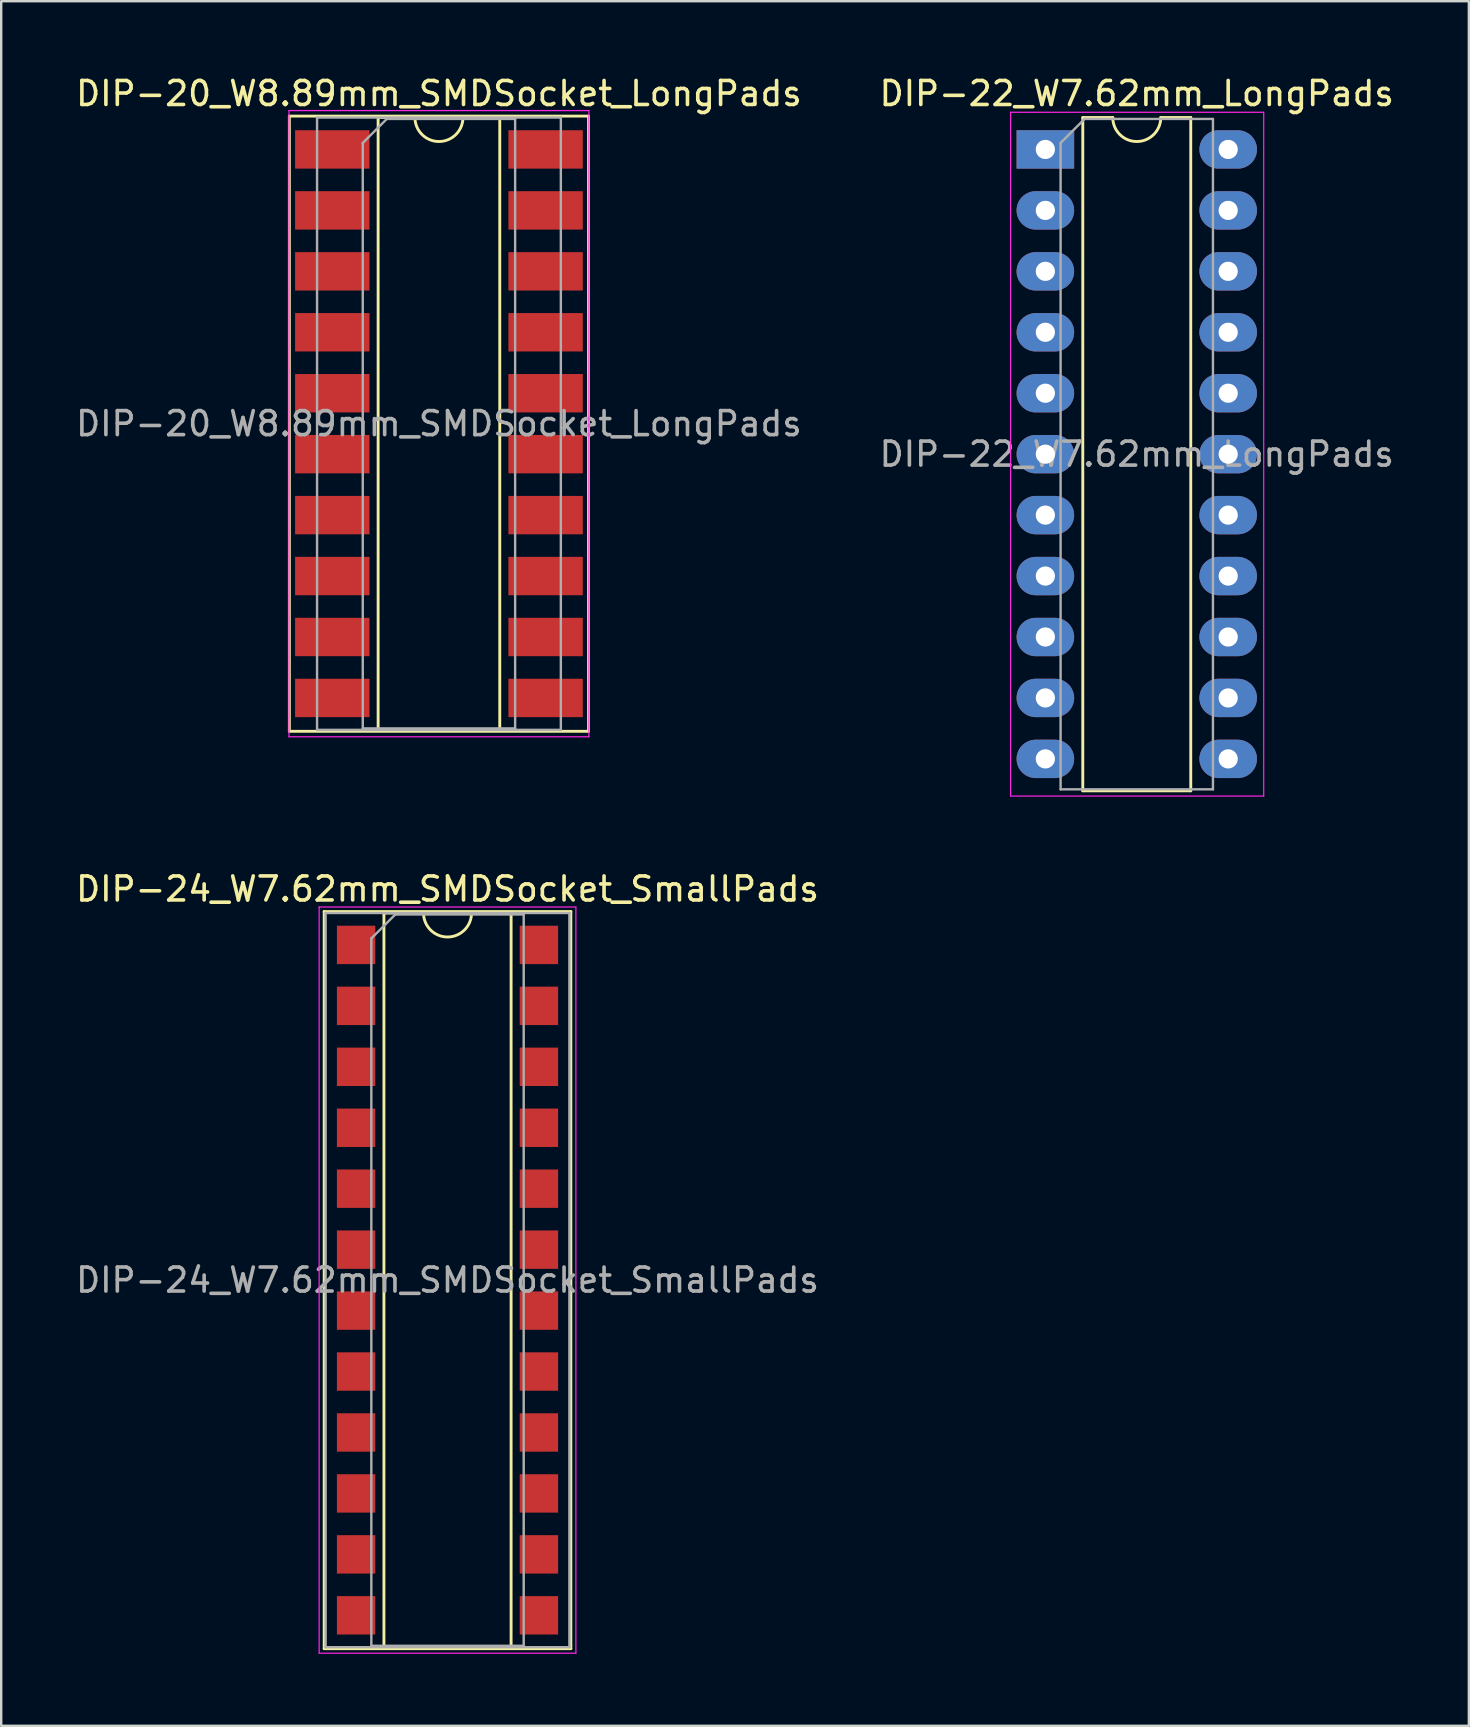
<source format=kicad_pcb>
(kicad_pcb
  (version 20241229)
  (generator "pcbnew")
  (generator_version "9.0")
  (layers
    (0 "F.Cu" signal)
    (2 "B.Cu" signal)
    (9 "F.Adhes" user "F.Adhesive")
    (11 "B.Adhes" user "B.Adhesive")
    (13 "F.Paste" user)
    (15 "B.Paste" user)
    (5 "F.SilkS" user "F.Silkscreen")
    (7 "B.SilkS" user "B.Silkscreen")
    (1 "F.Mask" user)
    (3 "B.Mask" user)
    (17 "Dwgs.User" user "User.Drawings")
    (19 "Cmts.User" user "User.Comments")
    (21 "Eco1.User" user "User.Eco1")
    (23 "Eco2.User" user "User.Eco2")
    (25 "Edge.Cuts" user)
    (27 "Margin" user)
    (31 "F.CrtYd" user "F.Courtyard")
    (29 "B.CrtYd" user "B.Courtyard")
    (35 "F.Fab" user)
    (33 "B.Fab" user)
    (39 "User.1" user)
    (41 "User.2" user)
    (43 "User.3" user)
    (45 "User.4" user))
  (footprint "DIP-24_W7.62mm_SMDSocket_SmallPads"
    (layer "F.Cu")
    (at 15.601 50.301)
    (property "Reference" "DIP-24_W7.62mm_SMDSocket_SmallPads" (at 0 -16.3 0) (layer "F.SilkS") (effects (font (size 1 1) (thickness 0.15))))
    (attr smd)
    (fp_line (start -5.14 -15.36) (end -5.14 15.36) (stroke (width 0.12) (type solid)) (layer "F.SilkS"))
    (fp_line (start -5.14 15.36) (end 5.14 15.36) (stroke (width 0.12) (type solid)) (layer "F.SilkS"))
    (fp_line (start -2.65 -15.3) (end -2.65 15.3) (stroke (width 0.12) (type solid)) (layer "F.SilkS"))
    (fp_line (start -2.65 15.3) (end 2.65 15.3) (stroke (width 0.12) (type solid)) (layer "F.SilkS"))
    (fp_line (start -1 -15.3) (end -2.65 -15.3) (stroke (width 0.12) (type solid)) (layer "F.SilkS"))
    (fp_line (start 2.65 -15.3) (end 1 -15.3) (stroke (width 0.12) (type solid)) (layer "F.SilkS"))
    (fp_line (start 2.65 15.3) (end 2.65 -15.3) (stroke (width 0.12) (type solid)) (layer "F.SilkS"))
    (fp_line (start 5.14 -15.36) (end -5.14 -15.36) (stroke (width 0.12) (type solid)) (layer "F.SilkS"))
    (fp_line (start 5.14 15.36) (end 5.14 -15.36) (stroke (width 0.12) (type solid)) (layer "F.SilkS"))
    (fp_arc (start 1 -15.3) (mid 0 -14.3) (end -1 -15.3) (stroke (width 0.12) (type solid)) (layer "F.SilkS"))
    (fp_line (start -5.35 -15.55) (end -5.35 15.55) (stroke (width 0.05) (type solid)) (layer "F.CrtYd"))
    (fp_line (start -5.35 15.55) (end 5.35 15.55) (stroke (width 0.05) (type solid)) (layer "F.CrtYd"))
    (fp_line (start 5.35 -15.55) (end -5.35 -15.55) (stroke (width 0.05) (type solid)) (layer "F.CrtYd"))
    (fp_line (start 5.35 15.55) (end 5.35 -15.55) (stroke (width 0.05) (type solid)) (layer "F.CrtYd"))
    (fp_line (start -5.08 -15.3) (end -5.08 15.3) (stroke (width 0.1) (type solid)) (layer "F.Fab"))
    (fp_line (start -5.08 15.3) (end 5.08 15.3) (stroke (width 0.1) (type solid)) (layer "F.Fab"))
    (fp_line (start -3.175 -14.24) (end -2.175 -15.24) (stroke (width 0.1) (type solid)) (layer "F.Fab"))
    (fp_line (start -3.175 15.24) (end -3.175 -14.24) (stroke (width 0.1) (type solid)) (layer "F.Fab"))
    (fp_line (start -2.175 -15.24) (end 3.175 -15.24) (stroke (width 0.1) (type solid)) (layer "F.Fab"))
    (fp_line (start 3.175 -15.24) (end 3.175 15.24) (stroke (width 0.1) (type solid)) (layer "F.Fab"))
    (fp_line (start 3.175 15.24) (end -3.175 15.24) (stroke (width 0.1) (type solid)) (layer "F.Fab"))
    (fp_line (start 5.08 -15.3) (end -5.08 -15.3) (stroke (width 0.1) (type solid)) (layer "F.Fab"))
    (fp_line (start 5.08 15.3) (end 5.08 -15.3) (stroke (width 0.1) (type solid)) (layer "F.Fab"))
    (fp_text user "${REFERENCE}" (at 0 0 0) (layer "F.Fab") (effects (font (size 1 1) (thickness 0.15))))
    (pad "1" smd rect (at -3.81 -13.97) (size 1.6 1.6) (layers "F.Cu" "F.Mask" "F.Paste"))
    (pad "2" smd rect (at -3.81 -11.43) (size 1.6 1.6) (layers "F.Cu" "F.Mask" "F.Paste"))
    (pad "3" smd rect (at -3.81 -8.89) (size 1.6 1.6) (layers "F.Cu" "F.Mask" "F.Paste"))
    (pad "4" smd rect (at -3.81 -6.35) (size 1.6 1.6) (layers "F.Cu" "F.Mask" "F.Paste"))
    (pad "5" smd rect (at -3.81 -3.81) (size 1.6 1.6) (layers "F.Cu" "F.Mask" "F.Paste"))
    (pad "6" smd rect (at -3.81 -1.27) (size 1.6 1.6) (layers "F.Cu" "F.Mask" "F.Paste"))
    (pad "7" smd rect (at -3.81 1.27) (size 1.6 1.6) (layers "F.Cu" "F.Mask" "F.Paste"))
    (pad "8" smd rect (at -3.81 3.81) (size 1.6 1.6) (layers "F.Cu" "F.Mask" "F.Paste"))
    (pad "9" smd rect (at -3.81 6.35) (size 1.6 1.6) (layers "F.Cu" "F.Mask" "F.Paste"))
    (pad "10" smd rect (at -3.81 8.89) (size 1.6 1.6) (layers "F.Cu" "F.Mask" "F.Paste"))
    (pad "11" smd rect (at -3.81 11.43) (size 1.6 1.6) (layers "F.Cu" "F.Mask" "F.Paste"))
    (pad "12" smd rect (at -3.81 13.97) (size 1.6 1.6) (layers "F.Cu" "F.Mask" "F.Paste"))
    (pad "13" smd rect (at 3.81 13.97) (size 1.6 1.6) (layers "F.Cu" "F.Mask" "F.Paste"))
    (pad "14" smd rect (at 3.81 11.43) (size 1.6 1.6) (layers "F.Cu" "F.Mask" "F.Paste"))
    (pad "15" smd rect (at 3.81 8.89) (size 1.6 1.6) (layers "F.Cu" "F.Mask" "F.Paste"))
    (pad "16" smd rect (at 3.81 6.35) (size 1.6 1.6) (layers "F.Cu" "F.Mask" "F.Paste"))
    (pad "17" smd rect (at 3.81 3.81) (size 1.6 1.6) (layers "F.Cu" "F.Mask" "F.Paste"))
    (pad "18" smd rect (at 3.81 1.27) (size 1.6 1.6) (layers "F.Cu" "F.Mask" "F.Paste"))
    (pad "19" smd rect (at 3.81 -1.27) (size 1.6 1.6) (layers "F.Cu" "F.Mask" "F.Paste"))
    (pad "20" smd rect (at 3.81 -3.81) (size 1.6 1.6) (layers "F.Cu" "F.Mask" "F.Paste"))
    (pad "21" smd rect (at 3.81 -6.35) (size 1.6 1.6) (layers "F.Cu" "F.Mask" "F.Paste"))
    (pad "22" smd rect (at 3.81 -8.89) (size 1.6 1.6) (layers "F.Cu" "F.Mask" "F.Paste"))
    (pad "23" smd rect (at 3.81 -11.43) (size 1.6 1.6) (layers "F.Cu" "F.Mask" "F.Paste"))
    (pad "24" smd rect (at 3.81 -13.97) (size 1.6 1.6) (layers "F.Cu" "F.Mask" "F.Paste")))
  (footprint "DIP-20_W8.89mm_SMDSocket_LongPads"
    (layer "F.Cu")
    (at 15.244 14.608)
    (property "Reference" "DIP-20_W8.89mm_SMDSocket_LongPads" (at 0 -13.76 0) (layer "F.SilkS") (effects (font (size 1 1) (thickness 0.15))))
    (attr smd)
    (fp_line (start -6.235 -12.82) (end -6.235 12.82) (stroke (width 0.12) (type solid)) (layer "F.SilkS"))
    (fp_line (start -6.235 12.82) (end 6.235 12.82) (stroke (width 0.12) (type solid)) (layer "F.SilkS"))
    (fp_line (start -2.535 -12.76) (end -2.535 12.76) (stroke (width 0.12) (type solid)) (layer "F.SilkS"))
    (fp_line (start -2.535 12.76) (end 2.535 12.76) (stroke (width 0.12) (type solid)) (layer "F.SilkS"))
    (fp_line (start -1 -12.76) (end -2.535 -12.76) (stroke (width 0.12) (type solid)) (layer "F.SilkS"))
    (fp_line (start 2.535 -12.76) (end 1 -12.76) (stroke (width 0.12) (type solid)) (layer "F.SilkS"))
    (fp_line (start 2.535 12.76) (end 2.535 -12.76) (stroke (width 0.12) (type solid)) (layer "F.SilkS"))
    (fp_line (start 6.235 -12.82) (end -6.235 -12.82) (stroke (width 0.12) (type solid)) (layer "F.SilkS"))
    (fp_line (start 6.235 12.82) (end 6.235 -12.82) (stroke (width 0.12) (type solid)) (layer "F.SilkS"))
    (fp_arc (start 1 -12.76) (mid 0 -11.76) (end -1 -12.76) (stroke (width 0.12) (type solid)) (layer "F.SilkS"))
    (fp_line (start -6.25 -13.05) (end -6.25 13.05) (stroke (width 0.05) (type solid)) (layer "F.CrtYd"))
    (fp_line (start -6.25 13.05) (end 6.25 13.05) (stroke (width 0.05) (type solid)) (layer "F.CrtYd"))
    (fp_line (start 6.25 -13.05) (end -6.25 -13.05) (stroke (width 0.05) (type solid)) (layer "F.CrtYd"))
    (fp_line (start 6.25 13.05) (end 6.25 -13.05) (stroke (width 0.05) (type solid)) (layer "F.CrtYd"))
    (fp_line (start -5.08 -12.76) (end -5.08 12.76) (stroke (width 0.1) (type solid)) (layer "F.Fab"))
    (fp_line (start -5.08 12.76) (end 5.08 12.76) (stroke (width 0.1) (type solid)) (layer "F.Fab"))
    (fp_line (start -3.175 -11.7) (end -2.175 -12.7) (stroke (width 0.1) (type solid)) (layer "F.Fab"))
    (fp_line (start -3.175 12.7) (end -3.175 -11.7) (stroke (width 0.1) (type solid)) (layer "F.Fab"))
    (fp_line (start -2.175 -12.7) (end 3.175 -12.7) (stroke (width 0.1) (type solid)) (layer "F.Fab"))
    (fp_line (start 3.175 -12.7) (end 3.175 12.7) (stroke (width 0.1) (type solid)) (layer "F.Fab"))
    (fp_line (start 3.175 12.7) (end -3.175 12.7) (stroke (width 0.1) (type solid)) (layer "F.Fab"))
    (fp_line (start 5.08 -12.76) (end -5.08 -12.76) (stroke (width 0.1) (type solid)) (layer "F.Fab"))
    (fp_line (start 5.08 12.76) (end 5.08 -12.76) (stroke (width 0.1) (type solid)) (layer "F.Fab"))
    (fp_text user "${REFERENCE}" (at 0 0 0) (layer "F.Fab") (effects (font (size 1 1) (thickness 0.15))))
    (pad "1" smd rect (at -4.445 -11.43) (size 3.1 1.6) (layers "F.Cu" "F.Mask" "F.Paste"))
    (pad "2" smd rect (at -4.445 -8.89) (size 3.1 1.6) (layers "F.Cu" "F.Mask" "F.Paste"))
    (pad "3" smd rect (at -4.445 -6.35) (size 3.1 1.6) (layers "F.Cu" "F.Mask" "F.Paste"))
    (pad "4" smd rect (at -4.445 -3.81) (size 3.1 1.6) (layers "F.Cu" "F.Mask" "F.Paste"))
    (pad "5" smd rect (at -4.445 -1.27) (size 3.1 1.6) (layers "F.Cu" "F.Mask" "F.Paste"))
    (pad "6" smd rect (at -4.445 1.27) (size 3.1 1.6) (layers "F.Cu" "F.Mask" "F.Paste"))
    (pad "7" smd rect (at -4.445 3.81) (size 3.1 1.6) (layers "F.Cu" "F.Mask" "F.Paste"))
    (pad "8" smd rect (at -4.445 6.35) (size 3.1 1.6) (layers "F.Cu" "F.Mask" "F.Paste"))
    (pad "9" smd rect (at -4.445 8.89) (size 3.1 1.6) (layers "F.Cu" "F.Mask" "F.Paste"))
    (pad "10" smd rect (at -4.445 11.43) (size 3.1 1.6) (layers "F.Cu" "F.Mask" "F.Paste"))
    (pad "11" smd rect (at 4.445 11.43) (size 3.1 1.6) (layers "F.Cu" "F.Mask" "F.Paste"))
    (pad "12" smd rect (at 4.445 8.89) (size 3.1 1.6) (layers "F.Cu" "F.Mask" "F.Paste"))
    (pad "13" smd rect (at 4.445 6.35) (size 3.1 1.6) (layers "F.Cu" "F.Mask" "F.Paste"))
    (pad "14" smd rect (at 4.445 3.81) (size 3.1 1.6) (layers "F.Cu" "F.Mask" "F.Paste"))
    (pad "15" smd rect (at 4.445 1.27) (size 3.1 1.6) (layers "F.Cu" "F.Mask" "F.Paste"))
    (pad "16" smd rect (at 4.445 -1.27) (size 3.1 1.6) (layers "F.Cu" "F.Mask" "F.Paste"))
    (pad "17" smd rect (at 4.445 -3.81) (size 3.1 1.6) (layers "F.Cu" "F.Mask" "F.Paste"))
    (pad "18" smd rect (at 4.445 -6.35) (size 3.1 1.6) (layers "F.Cu" "F.Mask" "F.Paste"))
    (pad "19" smd rect (at 4.445 -8.89) (size 3.1 1.6) (layers "F.Cu" "F.Mask" "F.Paste"))
    (pad "20" smd rect (at 4.445 -11.43) (size 3.1 1.6) (layers "F.Cu" "F.Mask" "F.Paste")))
  (footprint "DIP-22_W7.62mm_LongPads"
    (layer "F.Cu")
    (at 40.517 3.178)
    (property "Reference" "DIP-22_W7.62mm_LongPads" (at 3.81 -2.33 0) (layer "F.SilkS") (effects (font (size 1 1) (thickness 0.15))))
    (attr through_hole)
    (fp_line (start 1.56 -1.33) (end 1.56 26.73) (stroke (width 0.12) (type solid)) (layer "F.SilkS"))
    (fp_line (start 1.56 26.73) (end 6.06 26.73) (stroke (width 0.12) (type solid)) (layer "F.SilkS"))
    (fp_line (start 2.81 -1.33) (end 1.56 -1.33) (stroke (width 0.12) (type solid)) (layer "F.SilkS"))
    (fp_line (start 6.06 -1.33) (end 4.81 -1.33) (stroke (width 0.12) (type solid)) (layer "F.SilkS"))
    (fp_line (start 6.06 26.73) (end 6.06 -1.33) (stroke (width 0.12) (type solid)) (layer "F.SilkS"))
    (fp_arc (start 4.81 -1.33) (mid 3.81 -0.33) (end 2.81 -1.33) (stroke (width 0.12) (type solid)) (layer "F.SilkS"))
    (fp_line (start -1.45 -1.55) (end -1.45 26.95) (stroke (width 0.05) (type solid)) (layer "F.CrtYd"))
    (fp_line (start -1.45 26.95) (end 9.1 26.95) (stroke (width 0.05) (type solid)) (layer "F.CrtYd"))
    (fp_line (start 9.1 -1.55) (end -1.45 -1.55) (stroke (width 0.05) (type solid)) (layer "F.CrtYd"))
    (fp_line (start 9.1 26.95) (end 9.1 -1.55) (stroke (width 0.05) (type solid)) (layer "F.CrtYd"))
    (fp_line (start 0.635 -0.27) (end 1.635 -1.27) (stroke (width 0.1) (type solid)) (layer "F.Fab"))
    (fp_line (start 0.635 26.67) (end 0.635 -0.27) (stroke (width 0.1) (type solid)) (layer "F.Fab"))
    (fp_line (start 1.635 -1.27) (end 6.985 -1.27) (stroke (width 0.1) (type solid)) (layer "F.Fab"))
    (fp_line (start 6.985 -1.27) (end 6.985 26.67) (stroke (width 0.1) (type solid)) (layer "F.Fab"))
    (fp_line (start 6.985 26.67) (end 0.635 26.67) (stroke (width 0.1) (type solid)) (layer "F.Fab"))
    (fp_text user "${REFERENCE}" (at 3.81 12.7 0) (layer "F.Fab") (effects (font (size 1 1) (thickness 0.15))))
    (pad "1" thru_hole rect (at 0 0) (size 2.4 1.6) (drill 0.8) (layers "*.Cu" "*.Mask"))
    (pad "2" thru_hole oval (at 0 2.54) (size 2.4 1.6) (drill 0.8) (layers "*.Cu" "*.Mask"))
    (pad "3" thru_hole oval (at 0 5.08) (size 2.4 1.6) (drill 0.8) (layers "*.Cu" "*.Mask"))
    (pad "4" thru_hole oval (at 0 7.62) (size 2.4 1.6) (drill 0.8) (layers "*.Cu" "*.Mask"))
    (pad "5" thru_hole oval (at 0 10.16) (size 2.4 1.6) (drill 0.8) (layers "*.Cu" "*.Mask"))
    (pad "6" thru_hole oval (at 0 12.7) (size 2.4 1.6) (drill 0.8) (layers "*.Cu" "*.Mask"))
    (pad "7" thru_hole oval (at 0 15.24) (size 2.4 1.6) (drill 0.8) (layers "*.Cu" "*.Mask"))
    (pad "8" thru_hole oval (at 0 17.78) (size 2.4 1.6) (drill 0.8) (layers "*.Cu" "*.Mask"))
    (pad "9" thru_hole oval (at 0 20.32) (size 2.4 1.6) (drill 0.8) (layers "*.Cu" "*.Mask"))
    (pad "10" thru_hole oval (at 0 22.86) (size 2.4 1.6) (drill 0.8) (layers "*.Cu" "*.Mask"))
    (pad "11" thru_hole oval (at 0 25.4) (size 2.4 1.6) (drill 0.8) (layers "*.Cu" "*.Mask"))
    (pad "12" thru_hole oval (at 7.62 25.4) (size 2.4 1.6) (drill 0.8) (layers "*.Cu" "*.Mask"))
    (pad "13" thru_hole oval (at 7.62 22.86) (size 2.4 1.6) (drill 0.8) (layers "*.Cu" "*.Mask"))
    (pad "14" thru_hole oval (at 7.62 20.32) (size 2.4 1.6) (drill 0.8) (layers "*.Cu" "*.Mask"))
    (pad "15" thru_hole oval (at 7.62 17.78) (size 2.4 1.6) (drill 0.8) (layers "*.Cu" "*.Mask"))
    (pad "16" thru_hole oval (at 7.62 15.24) (size 2.4 1.6) (drill 0.8) (layers "*.Cu" "*.Mask"))
    (pad "17" thru_hole oval (at 7.62 12.7) (size 2.4 1.6) (drill 0.8) (layers "*.Cu" "*.Mask"))
    (pad "18" thru_hole oval (at 7.62 10.16) (size 2.4 1.6) (drill 0.8) (layers "*.Cu" "*.Mask"))
    (pad "19" thru_hole oval (at 7.62 7.62) (size 2.4 1.6) (drill 0.8) (layers "*.Cu" "*.Mask"))
    (pad "20" thru_hole oval (at 7.62 5.08) (size 2.4 1.6) (drill 0.8) (layers "*.Cu" "*.Mask"))
    (pad "21" thru_hole oval (at 7.62 2.54) (size 2.4 1.6) (drill 0.8) (layers "*.Cu" "*.Mask"))
    (pad "22" thru_hole oval (at 7.62 0) (size 2.4 1.6) (drill 0.8) (layers "*.Cu" "*.Mask")))
  (gr_rect
    (start -3 -3)
    (end 58.167 68.876)
    (stroke (width 0.1) (type default))
    (fill no)
    (layer "Edge.Cuts")))
</source>
